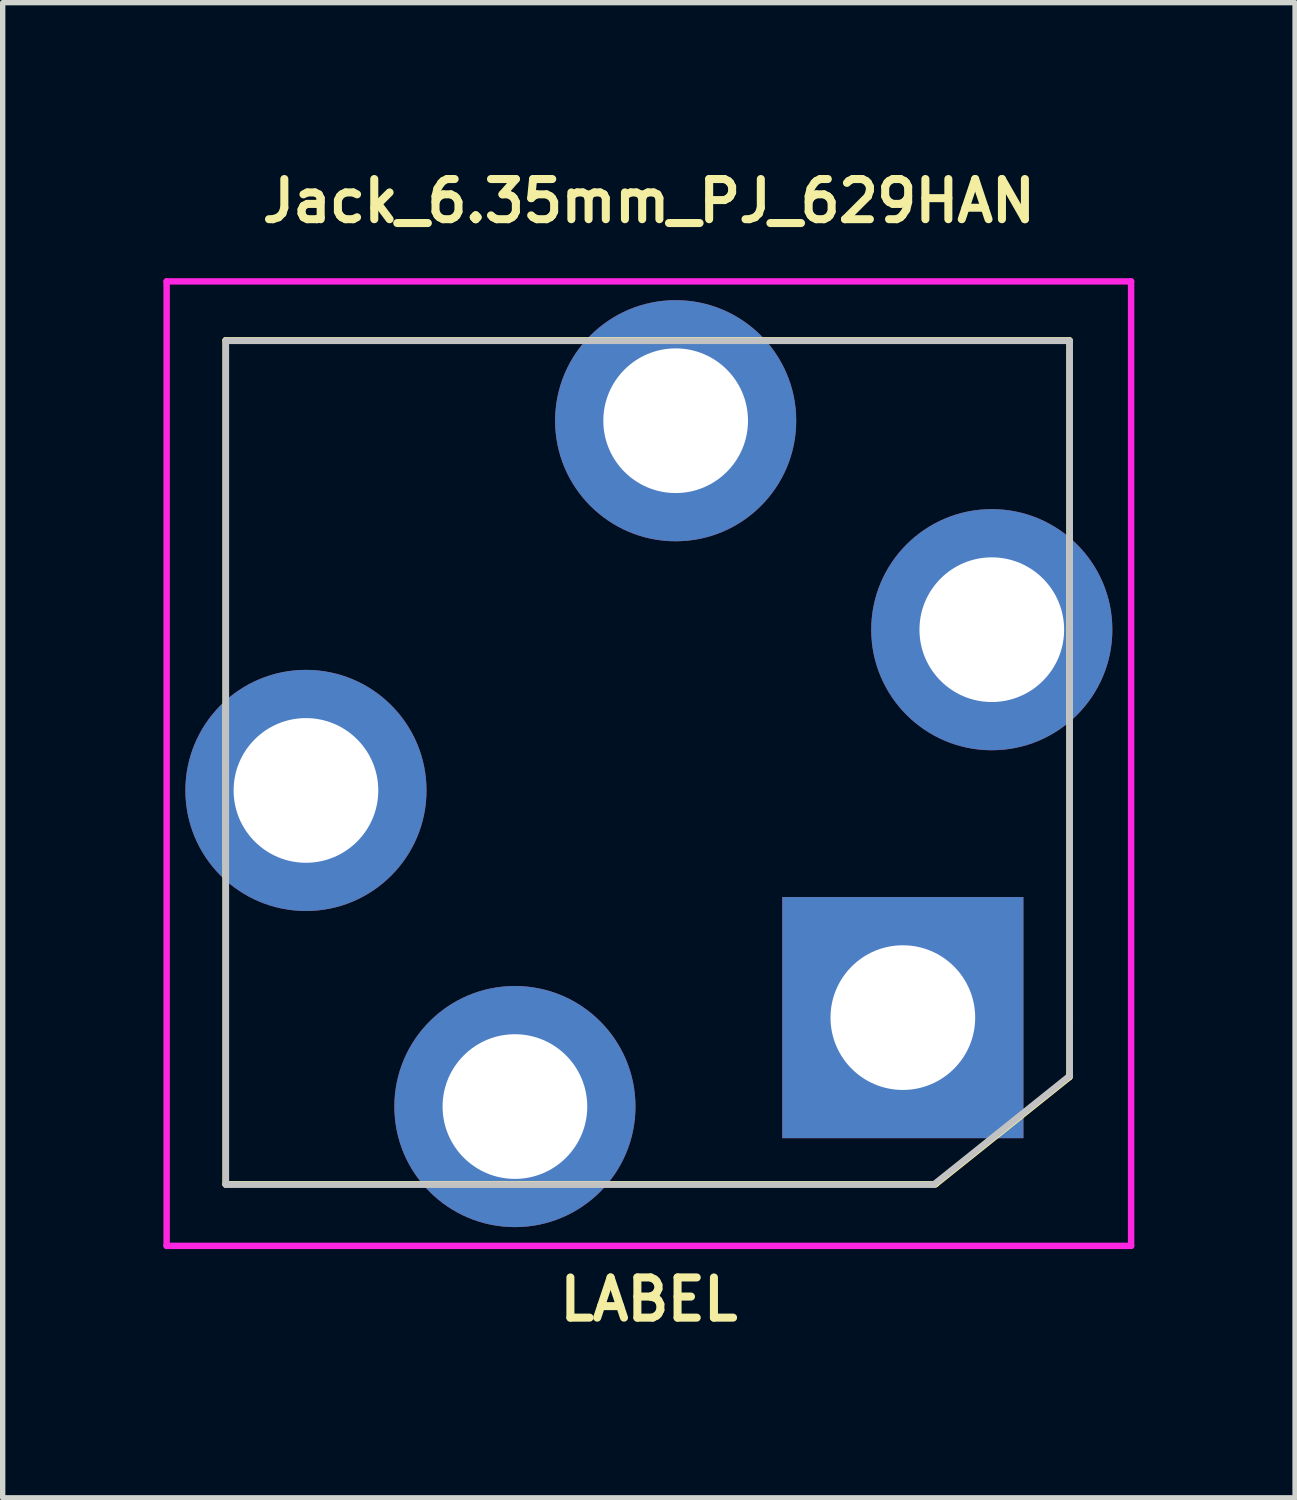
<source format=kicad_pcb>
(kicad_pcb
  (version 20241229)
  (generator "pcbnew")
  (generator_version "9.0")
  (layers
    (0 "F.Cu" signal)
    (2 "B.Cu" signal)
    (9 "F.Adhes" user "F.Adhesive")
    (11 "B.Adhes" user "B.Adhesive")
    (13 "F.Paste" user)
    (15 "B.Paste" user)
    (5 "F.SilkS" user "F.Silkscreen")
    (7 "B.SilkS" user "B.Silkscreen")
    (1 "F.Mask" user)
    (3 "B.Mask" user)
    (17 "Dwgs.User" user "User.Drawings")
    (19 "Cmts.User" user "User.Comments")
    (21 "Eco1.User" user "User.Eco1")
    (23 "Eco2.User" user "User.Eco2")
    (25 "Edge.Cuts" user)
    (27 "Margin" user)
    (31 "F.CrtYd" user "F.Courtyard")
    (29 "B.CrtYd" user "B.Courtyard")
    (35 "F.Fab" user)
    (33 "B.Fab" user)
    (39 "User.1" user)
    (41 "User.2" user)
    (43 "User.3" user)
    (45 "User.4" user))
  (footprint "Jack_6.35mm_PJ_629HAN"
    (layer "F.Cu")
    (at 9.06 11.202)
    (property "Reference" "Jack_6.35mm_PJ_629HAN" (at 0 -10.5 0) (layer "F.SilkS") (effects (font (size 0.75 0.75) (thickness 0.15))))
    (attr through_hole)
    (fp_line (start -7.9 -7.9) (end 7.85 -7.9) (stroke (width 0.12) (type solid)) (layer "F.SilkS"))
    (fp_line (start -7.9 7.85) (end -7.9 -7.9) (stroke (width 0.12) (type solid)) (layer "F.SilkS"))
    (fp_line (start 5.35 7.85) (end -7.9 7.85) (stroke (width 0.12) (type solid)) (layer "F.SilkS"))
    (fp_line (start 7.85 -7.9) (end 7.85 5.8) (stroke (width 0.12) (type solid)) (layer "F.SilkS"))
    (fp_line (start 7.85 5.8) (end 7.85 5.85) (stroke (width 0.12) (type solid)) (layer "F.SilkS"))
    (fp_line (start 7.85 5.85) (end 5.35 7.85) (stroke (width 0.12) (type solid)) (layer "F.SilkS"))
    (fp_line (start -7.894 -7.89) (end 7.854 -7.89) (stroke (width 0.12) (type solid)) (layer "Dwgs.User"))
    (fp_line (start -7.894 7.858) (end -7.894 -7.89) (stroke (width 0.12) (type solid)) (layer "Dwgs.User"))
    (fp_line (start 5.314 7.858) (end -7.894 7.858) (stroke (width 0.12) (type solid)) (layer "Dwgs.User"))
    (fp_line (start 7.854 -7.89) (end 7.854 4.81) (stroke (width 0.12) (type solid)) (layer "Dwgs.User"))
    (fp_line (start 7.854 4.81) (end 7.854 5.826) (stroke (width 0.12) (type solid)) (layer "Dwgs.User"))
    (fp_line (start 7.854 5.826) (end 5.314 7.858) (stroke (width 0.12) (type solid)) (layer "Dwgs.User"))
    (fp_line (start -9 -9) (end 9 -9) (stroke (width 0.12) (type solid)) (layer "F.CrtYd"))
    (fp_line (start -9 9) (end -9 -9) (stroke (width 0.12) (type solid)) (layer "F.CrtYd"))
    (fp_line (start 9 -9) (end 9 9) (stroke (width 0.12) (type solid)) (layer "F.CrtYd"))
    (fp_line (start 9 9) (end -9 9) (stroke (width 0.12) (type solid)) (layer "F.CrtYd"))
    (fp_text user "LABEL" (at 0 10 0) (layer "F.SilkS") (effects (font (size 0.75 0.75) (thickness 0.15))))
    (pad "R" thru_hole circle (at 0.5 -6.4) (size 4.5 4.5) (drill 2.7) (layers "*.Cu" "*.Mask"))
    (pad "RN" thru_hole circle (at 6.4 -2.5) (size 4.5 4.5) (drill 2.7) (layers "*.Cu" "*.Mask"))
    (pad "S" thru_hole rect (at 4.74 4.74) (size 4.5 4.5) (drill 2.7) (layers "*.Cu" "*.Mask"))
    (pad "T" thru_hole circle (at -6.4 0.5) (size 4.5 4.5) (drill 2.7) (layers "*.Cu" "*.Mask"))
    (pad "TN" thru_hole circle (at -2.5 6.4) (size 4.5 4.5) (drill 2.7) (layers "*.Cu" "*.Mask")))
  (gr_rect
    (start -3 -3)
    (end 21.12 24.904)
    (stroke (width 0.1) (type default))
    (fill no)
    (layer "Edge.Cuts")))
</source>
